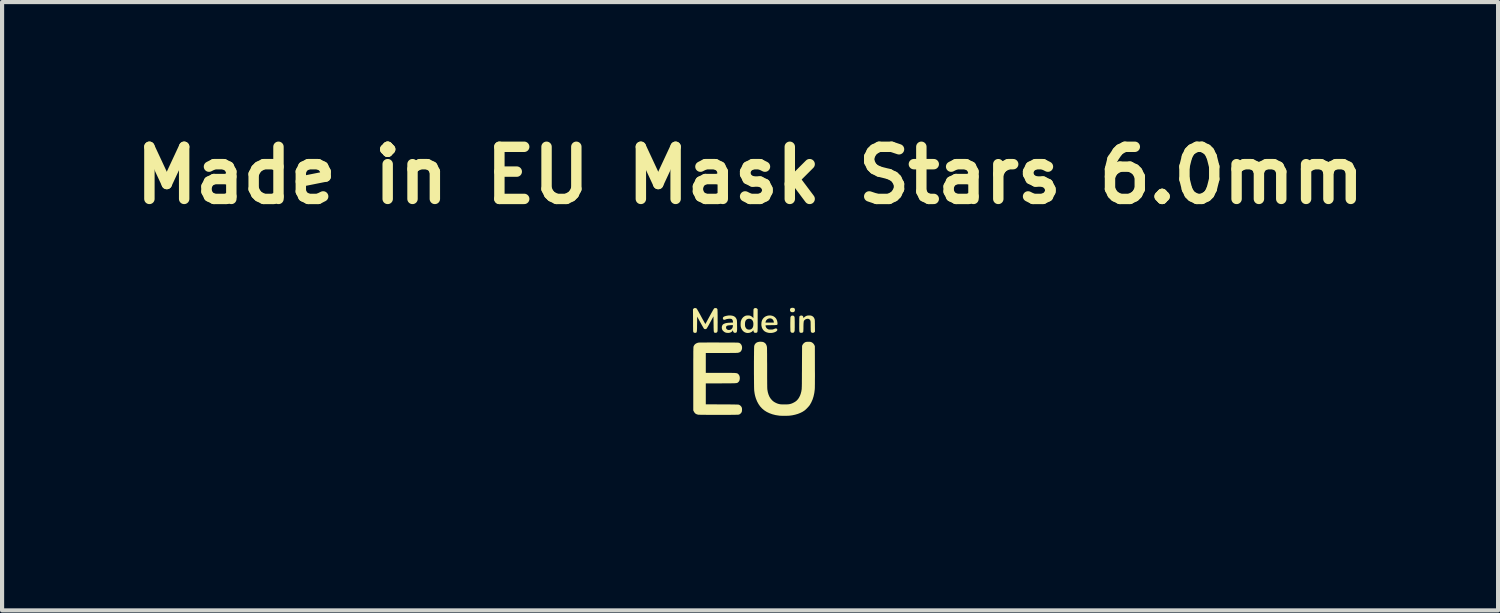
<source format=kicad_pcb>
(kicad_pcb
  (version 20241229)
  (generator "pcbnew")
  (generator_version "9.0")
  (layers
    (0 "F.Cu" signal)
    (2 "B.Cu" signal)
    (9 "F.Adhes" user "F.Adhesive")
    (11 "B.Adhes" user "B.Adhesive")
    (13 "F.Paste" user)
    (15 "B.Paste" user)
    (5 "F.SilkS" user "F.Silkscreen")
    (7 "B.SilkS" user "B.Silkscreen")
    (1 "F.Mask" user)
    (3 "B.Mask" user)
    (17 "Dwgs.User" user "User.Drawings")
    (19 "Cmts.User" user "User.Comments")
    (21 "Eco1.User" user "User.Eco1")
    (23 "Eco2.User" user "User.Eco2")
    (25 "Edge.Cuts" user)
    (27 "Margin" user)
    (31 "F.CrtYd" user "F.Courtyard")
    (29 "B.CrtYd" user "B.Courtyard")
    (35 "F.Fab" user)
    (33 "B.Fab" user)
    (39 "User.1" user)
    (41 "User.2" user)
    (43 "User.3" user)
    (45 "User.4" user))
  (footprint "Made in EU Mask Stars 6.0mm"
    (layer "F.Cu")
    (at 15.024 5.675)
    (property "Reference" "Made in EU Mask Stars 6.0mm" (at 0 -4.5 180) (layer "F.SilkS") (effects (font (size 1.256 1.256) (thickness 0.251))))
    (attr board_only exclude_from_pos_files exclude_from_bom)
    (fp_poly (pts (xy 2.205 -1.706) (xy 2.205 -1.706) (xy 2.207 -1.7) (xy 2.212 -1.687) (xy 2.218 -1.667) (xy 2.226 -1.642) (xy 2.236 -1.612) (xy 2.247 -1.579) (xy 2.258 -1.543) (xy 2.26 -1.538) (xy 2.311 -1.378) (xy 2.489 -1.375) (xy 2.667 -1.373) (xy 2.523 -1.271) (xy 2.492 -1.248) (xy 2.463 -1.227) (xy 2.437 -1.208) (xy 2.415 -1.192) (xy 2.398 -1.179) (xy 2.386 -1.171) (xy 2.381 -1.166) (xy 2.38 -1.166) (xy 2.382 -1.161) (xy 2.386 -1.149) (xy 2.392 -1.13) (xy 2.399 -1.106) (xy 2.409 -1.076) (xy 2.419 -1.043) (xy 2.431 -1.007) (xy 2.433 -1) (xy 2.445 -0.964) (xy 2.456 -0.93) (xy 2.465 -0.9) (xy 2.473 -0.875) (xy 2.479 -0.855) (xy 2.483 -0.842) (xy 2.485 -0.836) (xy 2.485 -0.836) (xy 2.481 -0.838) (xy 2.471 -0.845) (xy 2.455 -0.856) (xy 2.435 -0.871) (xy 2.41 -0.889) (xy 2.382 -0.909) (xy 2.351 -0.931) (xy 2.343 -0.937) (xy 2.203 -1.039) (xy 2.07 -0.941) (xy 2.033 -0.914) (xy 2.002 -0.892) (xy 1.978 -0.874) (xy 1.959 -0.861) (xy 1.944 -0.851) (xy 1.934 -0.844) (xy 1.927 -0.84) (xy 1.923 -0.838) (xy 1.921 -0.838) (xy 1.921 -0.839) (xy 1.922 -0.842) (xy 1.922 -0.843) (xy 1.937 -0.886) (xy 1.951 -0.93) (xy 1.964 -0.972) (xy 1.977 -1.012) (xy 1.989 -1.05) (xy 1.999 -1.084) (xy 2.008 -1.113) (xy 2.015 -1.137) (xy 2.02 -1.155) (xy 2.023 -1.167) (xy 2.024 -1.17) (xy 2.019 -1.173) (xy 2.008 -1.181) (xy 1.992 -1.192) (xy 1.971 -1.208) (xy 1.946 -1.226) (xy 1.917 -1.246) (xy 1.886 -1.268) (xy 1.88 -1.273) (xy 1.74 -1.373) (xy 1.917 -1.374) (xy 2.094 -1.376) (xy 2.132 -1.495) (xy 2.148 -1.544) (xy 2.161 -1.585) (xy 2.172 -1.618) (xy 2.181 -1.646) (xy 2.188 -1.667) (xy 2.194 -1.683) (xy 2.198 -1.694) (xy 2.201 -1.702) (xy 2.203 -1.706) (xy 2.204 -1.707)) (stroke (width 0) (type solid)) (fill yes) (layer "F.Mask"))
    (fp_poly (pts (xy 0.006 2.114) (xy 0.01 2.127) (xy 0.016 2.147) (xy 0.024 2.172) (xy 0.034 2.202) (xy 0.045 2.235) (xy 0.056 2.272) (xy 0.058 2.278) (xy 0.11 2.441) (xy 0.286 2.443) (xy 0.462 2.445) (xy 0.33 2.539) (xy 0.3 2.561) (xy 0.271 2.582) (xy 0.245 2.601) (xy 0.223 2.617) (xy 0.206 2.629) (xy 0.194 2.638) (xy 0.189 2.642) (xy 0.178 2.65) (xy 0.23 2.811) (xy 0.242 2.848) (xy 0.253 2.881) (xy 0.262 2.912) (xy 0.271 2.937) (xy 0.277 2.958) (xy 0.282 2.972) (xy 0.284 2.978) (xy 0.284 2.978) (xy 0.284 2.982) (xy 0.28 2.98) (xy 0.274 2.975) (xy 0.262 2.966) (xy 0.245 2.954) (xy 0.223 2.938) (xy 0.199 2.921) (xy 0.173 2.902) (xy 0.146 2.882) (xy 0.118 2.862) (xy 0.092 2.843) (xy 0.067 2.825) (xy 0.045 2.809) (xy 0.027 2.796) (xy 0.014 2.787) (xy 0.007 2.782) (xy 0.006 2.781) (xy 0.002 2.783) (xy -0.009 2.789) (xy -0.025 2.8) (xy -0.045 2.814) (xy -0.069 2.83) (xy -0.095 2.849) (xy -0.123 2.868) (xy -0.152 2.889) (xy -0.18 2.909) (xy -0.208 2.929) (xy -0.233 2.947) (xy -0.255 2.964) (xy -0.273 2.977) (xy -0.277 2.98) (xy -0.281 2.983) (xy -0.281 2.979) (xy -0.281 2.979) (xy -0.279 2.973) (xy -0.274 2.96) (xy -0.268 2.94) (xy -0.26 2.916) (xy -0.251 2.888) (xy -0.241 2.858) (xy -0.231 2.826) (xy -0.221 2.794) (xy -0.211 2.763) (xy -0.202 2.734) (xy -0.194 2.709) (xy -0.187 2.689) (xy -0.183 2.674) (xy -0.181 2.667) (xy -0.175 2.649) (xy -0.318 2.546) (xy -0.461 2.443) (xy -0.284 2.443) (xy -0.108 2.443) (xy -0.076 2.343) (xy -0.065 2.31) (xy -0.053 2.273) (xy -0.042 2.237) (xy -0.031 2.204) (xy -0.022 2.176) (xy -0.021 2.173) (xy -0.014 2.15) (xy -0.007 2.131) (xy -0.001 2.117) (xy 0.002 2.109) (xy 0.004 2.108)) (stroke (width 0) (type solid)) (fill yes) (layer "F.Mask"))
    (fp_poly (pts (xy -1.233 -2.528) (xy -1.222 -2.494) (xy -1.211 -2.459) (xy -1.2 -2.426) (xy -1.19 -2.396) (xy -1.183 -2.372) (xy -1.178 -2.359) (xy -1.16 -2.304) (xy -0.983 -2.303) (xy -0.806 -2.302) (xy -0.933 -2.211) (xy -0.964 -2.189) (xy -0.993 -2.168) (xy -1.019 -2.149) (xy -1.041 -2.133) (xy -1.059 -2.12) (xy -1.072 -2.111) (xy -1.077 -2.107) (xy -1.093 -2.095) (xy -1.04 -1.931) (xy -1.028 -1.894) (xy -1.018 -1.86) (xy -1.008 -1.83) (xy -1 -1.805) (xy -0.994 -1.785) (xy -0.99 -1.771) (xy -0.989 -1.765) (xy -0.989 -1.765) (xy -0.993 -1.767) (xy -1.003 -1.774) (xy -1.019 -1.785) (xy -1.039 -1.8) (xy -1.064 -1.818) (xy -1.092 -1.838) (xy -1.122 -1.86) (xy -1.126 -1.862) (xy -1.156 -1.885) (xy -1.185 -1.906) (xy -1.21 -1.924) (xy -1.232 -1.94) (xy -1.249 -1.952) (xy -1.261 -1.96) (xy -1.266 -1.963) (xy -1.266 -1.963) (xy -1.271 -1.961) (xy -1.282 -1.955) (xy -1.299 -1.944) (xy -1.32 -1.929) (xy -1.346 -1.911) (xy -1.374 -1.891) (xy -1.405 -1.869) (xy -1.41 -1.865) (xy -1.441 -1.842) (xy -1.47 -1.822) (xy -1.495 -1.803) (xy -1.517 -1.788) (xy -1.534 -1.776) (xy -1.545 -1.768) (xy -1.55 -1.764) (xy -1.551 -1.764) (xy -1.55 -1.768) (xy -1.546 -1.78) (xy -1.541 -1.798) (xy -1.534 -1.822) (xy -1.524 -1.851) (xy -1.514 -1.884) (xy -1.503 -1.92) (xy -1.5 -1.928) (xy -1.488 -1.965) (xy -1.477 -1.998) (xy -1.468 -2.029) (xy -1.459 -2.054) (xy -1.453 -2.074) (xy -1.449 -2.088) (xy -1.447 -2.094) (xy -1.447 -2.094) (xy -1.45 -2.097) (xy -1.46 -2.105) (xy -1.476 -2.117) (xy -1.497 -2.132) (xy -1.522 -2.15) (xy -1.55 -2.17) (xy -1.581 -2.193) (xy -1.59 -2.199) (xy -1.734 -2.302) (xy -1.556 -2.303) (xy -1.378 -2.305) (xy -1.336 -2.437) (xy -1.325 -2.472) (xy -1.314 -2.506) (xy -1.304 -2.537) (xy -1.295 -2.565) (xy -1.288 -2.587) (xy -1.283 -2.603) (xy -1.281 -2.606) (xy -1.27 -2.642)) (stroke (width 0) (type solid)) (fill yes) (layer "F.Mask"))
    (fp_poly (pts (xy -1.267 1.775) (xy -1.263 1.786) (xy -1.256 1.804) (xy -1.248 1.828) (xy -1.238 1.856) (xy -1.228 1.889) (xy -1.216 1.925) (xy -1.213 1.936) (xy -1.159 2.103) (xy -0.982 2.104) (xy -0.805 2.106) (xy -0.947 2.208) (xy -0.979 2.23) (xy -1.008 2.251) (xy -1.034 2.27) (xy -1.055 2.286) (xy -1.072 2.299) (xy -1.084 2.308) (xy -1.089 2.313) (xy -1.09 2.313) (xy -1.088 2.318) (xy -1.085 2.33) (xy -1.079 2.349) (xy -1.071 2.374) (xy -1.062 2.403) (xy -1.051 2.436) (xy -1.04 2.472) (xy -1.038 2.476) (xy -1.027 2.512) (xy -1.016 2.546) (xy -1.007 2.576) (xy -0.999 2.601) (xy -0.993 2.621) (xy -0.989 2.634) (xy -0.988 2.64) (xy -0.988 2.64) (xy -0.992 2.639) (xy -1.001 2.633) (xy -1.015 2.624) (xy -1.027 2.615) (xy -1.041 2.605) (xy -1.061 2.59) (xy -1.085 2.573) (xy -1.112 2.553) (xy -1.141 2.532) (xy -1.166 2.513) (xy -1.267 2.439) (xy -1.39 2.528) (xy -1.419 2.55) (xy -1.448 2.571) (xy -1.474 2.59) (xy -1.496 2.606) (xy -1.514 2.619) (xy -1.527 2.628) (xy -1.531 2.631) (xy -1.542 2.639) (xy -1.548 2.642) (xy -1.549 2.64) (xy -1.547 2.634) (xy -1.545 2.628) (xy -1.541 2.614) (xy -1.534 2.593) (xy -1.526 2.567) (xy -1.516 2.537) (xy -1.506 2.503) (xy -1.495 2.471) (xy -1.484 2.435) (xy -1.474 2.402) (xy -1.465 2.373) (xy -1.457 2.349) (xy -1.452 2.329) (xy -1.449 2.317) (xy -1.448 2.312) (xy -1.452 2.308) (xy -1.463 2.3) (xy -1.479 2.288) (xy -1.5 2.272) (xy -1.525 2.253) (xy -1.553 2.233) (xy -1.584 2.21) (xy -1.59 2.206) (xy -1.73 2.106) (xy -1.553 2.104) (xy -1.376 2.103) (xy -1.367 2.075) (xy -1.358 2.047) (xy -1.349 2.016) (xy -1.338 1.983) (xy -1.327 1.949) (xy -1.316 1.915) (xy -1.306 1.882) (xy -1.296 1.851) (xy -1.287 1.824) (xy -1.279 1.802) (xy -1.274 1.785) (xy -1.27 1.775) (xy -1.269 1.772)) (stroke (width 0) (type solid)) (fill yes) (layer "F.Mask"))
    (fp_poly (pts (xy 1.273 1.772) (xy 1.275 1.777) (xy 1.277 1.785) (xy 1.281 1.797) (xy 1.287 1.813) (xy 1.294 1.835) (xy 1.303 1.862) (xy 1.314 1.897) (xy 1.327 1.938) (xy 1.343 1.987) (xy 1.346 1.997) (xy 1.38 2.103) (xy 1.557 2.104) (xy 1.734 2.106) (xy 1.594 2.206) (xy 1.563 2.229) (xy 1.534 2.249) (xy 1.508 2.268) (xy 1.486 2.284) (xy 1.469 2.296) (xy 1.457 2.305) (xy 1.451 2.309) (xy 1.451 2.309) (xy 1.451 2.314) (xy 1.455 2.326) (xy 1.46 2.345) (xy 1.467 2.369) (xy 1.476 2.398) (xy 1.486 2.431) (xy 1.498 2.467) (xy 1.501 2.476) (xy 1.512 2.513) (xy 1.523 2.546) (xy 1.533 2.577) (xy 1.541 2.602) (xy 1.547 2.622) (xy 1.551 2.636) (xy 1.553 2.642) (xy 1.553 2.642) (xy 1.549 2.64) (xy 1.539 2.633) (xy 1.523 2.622) (xy 1.502 2.607) (xy 1.477 2.589) (xy 1.449 2.569) (xy 1.419 2.547) (xy 1.411 2.541) (xy 1.271 2.439) (xy 1.249 2.456) (xy 1.219 2.478) (xy 1.188 2.501) (xy 1.156 2.524) (xy 1.125 2.546) (xy 1.095 2.568) (xy 1.067 2.588) (xy 1.043 2.606) (xy 1.021 2.621) (xy 1.005 2.633) (xy 0.994 2.641) (xy 0.989 2.644) (xy 0.989 2.644) (xy 0.988 2.641) (xy 0.988 2.64) (xy 0.99 2.636) (xy 0.994 2.624) (xy 1 2.605) (xy 1.008 2.582) (xy 1.017 2.554) (xy 1.027 2.524) (xy 1.037 2.492) (xy 1.047 2.46) (xy 1.057 2.428) (xy 1.067 2.398) (xy 1.076 2.371) (xy 1.083 2.347) (xy 1.089 2.329) (xy 1.093 2.317) (xy 1.094 2.312) (xy 1.094 2.312) (xy 1.091 2.309) (xy 1.081 2.302) (xy 1.065 2.29) (xy 1.044 2.275) (xy 1.02 2.257) (xy 0.991 2.237) (xy 0.961 2.215) (xy 0.952 2.208) (xy 0.809 2.106) (xy 0.986 2.103) (xy 1.163 2.101) (xy 1.216 1.935) (xy 1.228 1.898) (xy 1.239 1.865) (xy 1.249 1.835) (xy 1.258 1.809) (xy 1.264 1.79) (xy 1.269 1.777) (xy 1.272 1.771) (xy 1.272 1.771)) (stroke (width 0) (type solid)) (fill yes) (layer "F.Mask"))
    (fp_poly (pts (xy 0.005 -2.976) (xy 0.009 -2.963) (xy 0.015 -2.944) (xy 0.023 -2.919) (xy 0.032 -2.889) (xy 0.043 -2.856) (xy 0.055 -2.82) (xy 0.057 -2.811) (xy 0.11 -2.646) (xy 0.286 -2.644) (xy 0.462 -2.642) (xy 0.32 -2.54) (xy 0.289 -2.517) (xy 0.26 -2.496) (xy 0.235 -2.478) (xy 0.213 -2.462) (xy 0.196 -2.449) (xy 0.184 -2.44) (xy 0.179 -2.436) (xy 0.179 -2.436) (xy 0.18 -2.431) (xy 0.184 -2.42) (xy 0.189 -2.402) (xy 0.197 -2.378) (xy 0.205 -2.351) (xy 0.215 -2.321) (xy 0.225 -2.29) (xy 0.235 -2.257) (xy 0.246 -2.225) (xy 0.255 -2.195) (xy 0.264 -2.168) (xy 0.272 -2.145) (xy 0.278 -2.126) (xy 0.281 -2.116) (xy 0.283 -2.112) (xy 0.284 -2.109) (xy 0.284 -2.107) (xy 0.282 -2.107) (xy 0.279 -2.108) (xy 0.272 -2.112) (xy 0.262 -2.12) (xy 0.247 -2.13) (xy 0.228 -2.144) (xy 0.202 -2.162) (xy 0.171 -2.185) (xy 0.152 -2.199) (xy 0.122 -2.221) (xy 0.094 -2.241) (xy 0.069 -2.26) (xy 0.047 -2.275) (xy 0.03 -2.288) (xy 0.019 -2.296) (xy 0.015 -2.299) (xy 0.001 -2.309) (xy -0.119 -2.221) (xy -0.149 -2.199) (xy -0.177 -2.179) (xy -0.203 -2.16) (xy -0.226 -2.143) (xy -0.244 -2.13) (xy -0.256 -2.121) (xy -0.261 -2.118) (xy -0.273 -2.109) (xy -0.279 -2.106) (xy -0.28 -2.107) (xy -0.279 -2.112) (xy -0.279 -2.113) (xy -0.277 -2.119) (xy -0.273 -2.133) (xy -0.266 -2.152) (xy -0.258 -2.177) (xy -0.249 -2.205) (xy -0.24 -2.236) (xy -0.229 -2.268) (xy -0.219 -2.3) (xy -0.209 -2.332) (xy -0.199 -2.361) (xy -0.191 -2.386) (xy -0.184 -2.408) (xy -0.18 -2.423) (xy -0.177 -2.431) (xy -0.177 -2.432) (xy -0.18 -2.436) (xy -0.189 -2.444) (xy -0.205 -2.456) (xy -0.225 -2.472) (xy -0.25 -2.49) (xy -0.278 -2.511) (xy -0.308 -2.533) (xy -0.317 -2.539) (xy -0.459 -2.642) (xy -0.283 -2.643) (xy -0.108 -2.644) (xy -0.076 -2.743) (xy -0.065 -2.777) (xy -0.053 -2.813) (xy -0.042 -2.849) (xy -0.031 -2.883) (xy -0.022 -2.91) (xy -0.021 -2.914) (xy -0.014 -2.937) (xy -0.007 -2.956) (xy -0.002 -2.971) (xy 0.002 -2.979) (xy 0.003 -2.981)) (stroke (width 0) (type solid)) (fill yes) (layer "F.Mask"))
    (fp_poly (pts (xy 2.204 0.841) (xy 2.208 0.852) (xy 2.215 0.87) (xy 2.223 0.894) (xy 2.232 0.923) (xy 2.243 0.955) (xy 2.255 0.991) (xy 2.258 1.002) (xy 2.311 1.168) (xy 2.49 1.17) (xy 2.668 1.172) (xy 2.528 1.273) (xy 2.497 1.295) (xy 2.468 1.316) (xy 2.441 1.335) (xy 2.419 1.351) (xy 2.402 1.363) (xy 2.39 1.372) (xy 2.384 1.376) (xy 2.384 1.376) (xy 2.384 1.381) (xy 2.387 1.393) (xy 2.392 1.413) (xy 2.4 1.439) (xy 2.409 1.47) (xy 2.421 1.506) (xy 2.433 1.546) (xy 2.445 1.582) (xy 2.456 1.616) (xy 2.465 1.647) (xy 2.474 1.672) (xy 2.48 1.693) (xy 2.484 1.706) (xy 2.486 1.713) (xy 2.486 1.713) (xy 2.482 1.711) (xy 2.472 1.704) (xy 2.457 1.692) (xy 2.436 1.677) (xy 2.411 1.659) (xy 2.383 1.639) (xy 2.353 1.617) (xy 2.345 1.611) (xy 2.309 1.585) (xy 2.28 1.564) (xy 2.257 1.547) (xy 2.238 1.534) (xy 2.224 1.525) (xy 2.214 1.518) (xy 2.207 1.515) (xy 2.201 1.513) (xy 2.198 1.513) (xy 2.195 1.514) (xy 2.19 1.518) (xy 2.178 1.526) (xy 2.16 1.539) (xy 2.138 1.555) (xy 2.113 1.574) (xy 2.084 1.594) (xy 2.055 1.616) (xy 2.025 1.637) (xy 1.997 1.657) (xy 1.973 1.675) (xy 1.952 1.69) (xy 1.937 1.701) (xy 1.926 1.707) (xy 1.923 1.71) (xy 1.923 1.705) (xy 1.927 1.693) (xy 1.933 1.674) (xy 1.94 1.65) (xy 1.949 1.621) (xy 1.96 1.588) (xy 1.971 1.552) (xy 1.974 1.545) (xy 1.985 1.509) (xy 1.996 1.475) (xy 2.006 1.445) (xy 2.014 1.419) (xy 2.02 1.399) (xy 2.023 1.386) (xy 2.025 1.38) (xy 2.025 1.379) (xy 2.021 1.376) (xy 2.011 1.368) (xy 1.996 1.358) (xy 1.979 1.345) (xy 1.971 1.339) (xy 1.951 1.325) (xy 1.926 1.307) (xy 1.898 1.287) (xy 1.869 1.265) (xy 1.839 1.244) (xy 1.829 1.237) (xy 1.739 1.172) (xy 1.917 1.17) (xy 2.096 1.168) (xy 2.148 1.003) (xy 2.16 0.967) (xy 2.171 0.933) (xy 2.181 0.903) (xy 2.189 0.877) (xy 2.196 0.857) (xy 2.2 0.844) (xy 2.202 0.837) (xy 2.203 0.837)) (stroke (width 0) (type solid)) (fill yes) (layer "F.Mask"))
    (fp_poly (pts (xy -2.198 0.84) (xy -2.196 0.845) (xy -2.192 0.858) (xy -2.185 0.878) (xy -2.177 0.903) (xy -2.167 0.933) (xy -2.157 0.967) (xy -2.145 1.003) (xy -2.144 1.007) (xy -2.092 1.168) (xy -1.914 1.17) (xy -1.735 1.172) (xy -1.878 1.275) (xy -1.909 1.297) (xy -1.939 1.318) (xy -1.965 1.337) (xy -1.987 1.353) (xy -2.004 1.365) (xy -2.016 1.374) (xy -2.022 1.378) (xy -2.022 1.378) (xy -2.021 1.382) (xy -2.018 1.394) (xy -2.012 1.413) (xy -2.004 1.437) (xy -1.995 1.466) (xy -1.985 1.499) (xy -1.973 1.535) (xy -1.97 1.546) (xy -1.958 1.582) (xy -1.947 1.616) (xy -1.938 1.647) (xy -1.929 1.672) (xy -1.923 1.692) (xy -1.919 1.706) (xy -1.917 1.713) (xy -1.917 1.713) (xy -1.921 1.71) (xy -1.931 1.703) (xy -1.947 1.692) (xy -1.967 1.677) (xy -1.992 1.659) (xy -2.019 1.639) (xy -2.05 1.617) (xy -2.054 1.613) (xy -2.085 1.591) (xy -2.114 1.57) (xy -2.139 1.551) (xy -2.161 1.535) (xy -2.178 1.523) (xy -2.19 1.515) (xy -2.196 1.511) (xy -2.196 1.511) (xy -2.201 1.513) (xy -2.212 1.52) (xy -2.228 1.531) (xy -2.25 1.545) (xy -2.275 1.563) (xy -2.304 1.583) (xy -2.334 1.606) (xy -2.342 1.612) (xy -2.373 1.634) (xy -2.402 1.655) (xy -2.427 1.674) (xy -2.449 1.689) (xy -2.466 1.701) (xy -2.477 1.709) (xy -2.483 1.713) (xy -2.483 1.713) (xy -2.482 1.709) (xy -2.478 1.697) (xy -2.472 1.678) (xy -2.464 1.654) (xy -2.455 1.625) (xy -2.444 1.592) (xy -2.433 1.556) (xy -2.43 1.547) (xy -2.418 1.51) (xy -2.407 1.476) (xy -2.398 1.446) (xy -2.39 1.42) (xy -2.384 1.4) (xy -2.38 1.386) (xy -2.379 1.379) (xy -2.379 1.379) (xy -2.383 1.376) (xy -2.393 1.368) (xy -2.409 1.356) (xy -2.43 1.341) (xy -2.455 1.323) (xy -2.483 1.302) (xy -2.514 1.28) (xy -2.522 1.274) (xy -2.664 1.172) (xy -2.485 1.17) (xy -2.307 1.168) (xy -2.272 1.058) (xy -2.261 1.025) (xy -2.25 0.99) (xy -2.24 0.956) (xy -2.23 0.926) (xy -2.222 0.901) (xy -2.219 0.891) (xy -2.212 0.87) (xy -2.206 0.854) (xy -2.201 0.843) (xy -2.198 0.839)) (stroke (width 0) (type solid)) (fill yes) (layer "F.Mask"))
    (fp_poly (pts (xy 1.279 -2.629) (xy 1.283 -2.616) (xy 1.289 -2.596) (xy 1.298 -2.571) (xy 1.307 -2.541) (xy 1.318 -2.508) (xy 1.33 -2.472) (xy 1.331 -2.467) (xy 1.383 -2.307) (xy 1.561 -2.304) (xy 1.739 -2.302) (xy 1.596 -2.2) (xy 1.565 -2.177) (xy 1.536 -2.156) (xy 1.51 -2.138) (xy 1.488 -2.122) (xy 1.47 -2.109) (xy 1.458 -2.101) (xy 1.453 -2.097) (xy 1.452 -2.097) (xy 1.453 -2.092) (xy 1.457 -2.08) (xy 1.463 -2.062) (xy 1.47 -2.038) (xy 1.479 -2.008) (xy 1.49 -1.976) (xy 1.501 -1.94) (xy 1.504 -1.931) (xy 1.516 -1.894) (xy 1.527 -1.861) (xy 1.536 -1.83) (xy 1.544 -1.805) (xy 1.55 -1.785) (xy 1.554 -1.771) (xy 1.556 -1.765) (xy 1.556 -1.765) (xy 1.552 -1.767) (xy 1.542 -1.774) (xy 1.526 -1.785) (xy 1.506 -1.8) (xy 1.481 -1.817) (xy 1.453 -1.837) (xy 1.423 -1.86) (xy 1.418 -1.863) (xy 1.387 -1.885) (xy 1.359 -1.906) (xy 1.333 -1.924) (xy 1.311 -1.94) (xy 1.293 -1.952) (xy 1.281 -1.96) (xy 1.276 -1.963) (xy 1.275 -1.963) (xy 1.27 -1.96) (xy 1.259 -1.953) (xy 1.242 -1.941) (xy 1.221 -1.926) (xy 1.195 -1.909) (xy 1.167 -1.888) (xy 1.136 -1.866) (xy 1.133 -1.863) (xy 1.102 -1.841) (xy 1.074 -1.82) (xy 1.048 -1.802) (xy 1.027 -1.787) (xy 1.01 -1.775) (xy 0.999 -1.767) (xy 0.994 -1.764) (xy 0.994 -1.764) (xy 0.994 -1.768) (xy 0.996 -1.776) (xy 1.002 -1.795) (xy 1.01 -1.818) (xy 1.019 -1.846) (xy 1.028 -1.876) (xy 1.039 -1.908) (xy 1.049 -1.941) (xy 1.059 -1.974) (xy 1.069 -2.004) (xy 1.078 -2.032) (xy 1.086 -2.057) (xy 1.092 -2.076) (xy 1.096 -2.09) (xy 1.098 -2.096) (xy 1.098 -2.097) (xy 1.094 -2.099) (xy 1.084 -2.107) (xy 1.068 -2.118) (xy 1.047 -2.133) (xy 1.022 -2.151) (xy 0.994 -2.171) (xy 0.963 -2.193) (xy 0.954 -2.2) (xy 0.812 -2.302) (xy 0.99 -2.304) (xy 1.167 -2.307) (xy 1.199 -2.405) (xy 1.21 -2.438) (xy 1.221 -2.474) (xy 1.232 -2.51) (xy 1.243 -2.542) (xy 1.251 -2.569) (xy 1.252 -2.572) (xy 1.26 -2.595) (xy 1.266 -2.613) (xy 1.272 -2.627) (xy 1.276 -2.634) (xy 1.277 -2.635)) (stroke (width 0) (type solid)) (fill yes) (layer "F.Mask"))
    (fp_poly (pts (xy -2.197 -1.7) (xy -2.193 -1.688) (xy -2.187 -1.669) (xy -2.178 -1.645) (xy -2.169 -1.615) (xy -2.158 -1.582) (xy -2.147 -1.546) (xy -2.144 -1.538) (xy -2.091 -1.373) (xy -1.914 -1.371) (xy -1.738 -1.369) (xy -1.88 -1.266) (xy -1.917 -1.24) (xy -1.947 -1.219) (xy -1.97 -1.201) (xy -1.988 -1.187) (xy -2.002 -1.177) (xy -2.011 -1.169) (xy -2.017 -1.163) (xy -2.02 -1.158) (xy -2.02 -1.155) (xy -2.02 -1.155) (xy -2.018 -1.148) (xy -2.014 -1.134) (xy -2.007 -1.114) (xy -1.999 -1.089) (xy -1.99 -1.06) (xy -1.98 -1.03) (xy -1.97 -0.998) (xy -1.96 -0.966) (xy -1.95 -0.935) (xy -1.94 -0.906) (xy -1.932 -0.88) (xy -1.926 -0.86) (xy -1.921 -0.845) (xy -1.918 -0.837) (xy -1.918 -0.836) (xy -1.919 -0.832) (xy -1.921 -0.833) (xy -1.926 -0.837) (xy -1.937 -0.844) (xy -1.952 -0.856) (xy -1.973 -0.87) (xy -1.996 -0.887) (xy -2.022 -0.906) (xy -2.049 -0.925) (xy -2.076 -0.945) (xy -2.103 -0.965) (xy -2.128 -0.983) (xy -2.151 -1) (xy -2.17 -1.013) (xy -2.184 -1.024) (xy -2.193 -1.03) (xy -2.195 -1.032) (xy -2.199 -1.03) (xy -2.21 -1.024) (xy -2.227 -1.013) (xy -2.249 -0.998) (xy -2.275 -0.98) (xy -2.304 -0.959) (xy -2.336 -0.936) (xy -2.34 -0.933) (xy -2.371 -0.91) (xy -2.4 -0.889) (xy -2.425 -0.871) (xy -2.447 -0.855) (xy -2.465 -0.843) (xy -2.476 -0.835) (xy -2.482 -0.831) (xy -2.482 -0.831) (xy -2.482 -0.834) (xy -2.481 -0.837) (xy -2.479 -0.843) (xy -2.475 -0.856) (xy -2.469 -0.876) (xy -2.46 -0.901) (xy -2.451 -0.931) (xy -2.44 -0.964) (xy -2.429 -0.999) (xy -2.417 -1.035) (xy -2.407 -1.068) (xy -2.397 -1.097) (xy -2.389 -1.122) (xy -2.383 -1.141) (xy -2.379 -1.154) (xy -2.377 -1.159) (xy -2.38 -1.162) (xy -2.39 -1.171) (xy -2.406 -1.183) (xy -2.426 -1.198) (xy -2.451 -1.217) (xy -2.479 -1.237) (xy -2.509 -1.259) (xy -2.519 -1.266) (xy -2.662 -1.369) (xy -2.485 -1.371) (xy -2.308 -1.373) (xy -2.286 -1.44) (xy -2.278 -1.465) (xy -2.268 -1.496) (xy -2.257 -1.531) (xy -2.246 -1.567) (xy -2.235 -1.601) (xy -2.233 -1.607) (xy -2.224 -1.635) (xy -2.216 -1.66) (xy -2.209 -1.68) (xy -2.203 -1.695) (xy -2.2 -1.703) (xy -2.199 -1.705)) (stroke (width 0) (type solid)) (fill yes) (layer "F.Mask"))
    (fp_poly (pts (xy -2.54 -0.431) (xy -2.535 -0.419) (xy -2.529 -0.402) (xy -2.521 -0.378) (xy -2.511 -0.349) (xy -2.501 -0.317) (xy -2.489 -0.281) (xy -2.486 -0.27) (xy -2.432 -0.103) (xy -2.256 -0.103) (xy -2.209 -0.103) (xy -2.169 -0.102) (xy -2.136 -0.102) (xy -2.11 -0.101) (xy -2.093 -0.1) (xy -2.084 -0.099) (xy -2.083 -0.098) (xy -2.087 -0.095) (xy -2.098 -0.087) (xy -2.114 -0.075) (xy -2.135 -0.059) (xy -2.16 -0.041) (xy -2.189 -0.02) (xy -2.219 0.002) (xy -2.224 0.005) (xy -2.255 0.027) (xy -2.284 0.048) (xy -2.309 0.067) (xy -2.33 0.083) (xy -2.347 0.095) (xy -2.358 0.104) (xy -2.362 0.108) (xy -2.362 0.109) (xy -2.361 0.114) (xy -2.357 0.126) (xy -2.351 0.145) (xy -2.344 0.17) (xy -2.334 0.2) (xy -2.324 0.233) (xy -2.312 0.269) (xy -2.311 0.273) (xy -2.299 0.309) (xy -2.289 0.343) (xy -2.279 0.372) (xy -2.272 0.397) (xy -2.266 0.417) (xy -2.262 0.43) (xy -2.261 0.436) (xy -2.261 0.436) (xy -2.265 0.434) (xy -2.275 0.427) (xy -2.291 0.416) (xy -2.311 0.401) (xy -2.336 0.383) (xy -2.364 0.363) (xy -2.395 0.341) (xy -2.4 0.337) (xy -2.434 0.312) (xy -2.465 0.29) (xy -2.492 0.271) (xy -2.514 0.257) (xy -2.53 0.246) (xy -2.54 0.24) (xy -2.544 0.239) (xy -2.549 0.242) (xy -2.56 0.25) (xy -2.577 0.261) (xy -2.599 0.277) (xy -2.624 0.295) (xy -2.652 0.315) (xy -2.681 0.336) (xy -2.716 0.362) (xy -2.746 0.383) (xy -2.769 0.4) (xy -2.787 0.413) (xy -2.8 0.423) (xy -2.81 0.43) (xy -2.816 0.434) (xy -2.82 0.436) (xy -2.822 0.437) (xy -2.822 0.436) (xy -2.822 0.435) (xy -2.821 0.431) (xy -2.817 0.418) (xy -2.811 0.399) (xy -2.804 0.375) (xy -2.794 0.346) (xy -2.784 0.313) (xy -2.772 0.277) (xy -2.771 0.274) (xy -2.759 0.238) (xy -2.749 0.204) (xy -2.739 0.174) (xy -2.731 0.149) (xy -2.725 0.129) (xy -2.721 0.116) (xy -2.72 0.11) (xy -2.72 0.11) (xy -2.723 0.106) (xy -2.733 0.097) (xy -2.749 0.085) (xy -2.77 0.07) (xy -2.794 0.051) (xy -2.822 0.03) (xy -2.853 0.008) (xy -2.858 0.005) (xy -2.889 -0.018) (xy -2.918 -0.039) (xy -2.944 -0.057) (xy -2.965 -0.073) (xy -2.982 -0.086) (xy -2.994 -0.094) (xy -2.999 -0.099) (xy -2.999 -0.099) (xy -2.995 -0.1) (xy -2.984 -0.101) (xy -2.965 -0.101) (xy -2.939 -0.102) (xy -2.909 -0.102) (xy -2.874 -0.103) (xy -2.836 -0.103) (xy -2.825 -0.103) (xy -2.649 -0.103) (xy -2.64 -0.131) (xy -2.63 -0.161) (xy -2.62 -0.194) (xy -2.609 -0.228) (xy -2.598 -0.263) (xy -2.587 -0.298) (xy -2.576 -0.33) (xy -2.567 -0.36) (xy -2.558 -0.387) (xy -2.551 -0.408) (xy -2.546 -0.424) (xy -2.542 -0.433) (xy -2.542 -0.434)) (stroke (width 0) (type solid)) (fill yes) (layer "F.Mask"))
    (fp_poly (pts (xy 2.543 -0.434) (xy 2.547 -0.422) (xy 2.553 -0.405) (xy 2.56 -0.384) (xy 2.569 -0.359) (xy 2.569 -0.358) (xy 2.579 -0.327) (xy 2.591 -0.29) (xy 2.603 -0.251) (xy 2.615 -0.215) (xy 2.621 -0.193) (xy 2.649 -0.107) (xy 2.825 -0.107) (xy 2.864 -0.107) (xy 2.899 -0.107) (xy 2.931 -0.106) (xy 2.958 -0.106) (xy 2.979 -0.105) (xy 2.994 -0.105) (xy 3 -0.104) (xy 3.001 -0.104) (xy 2.997 -0.101) (xy 2.987 -0.093) (xy 2.971 -0.081) (xy 2.951 -0.066) (xy 2.926 -0.047) (xy 2.898 -0.027) (xy 2.867 -0.005) (xy 2.86 -0.000065) (xy 2.829 0.022) (xy 2.8 0.043) (xy 2.775 0.062) (xy 2.753 0.079) (xy 2.736 0.092) (xy 2.725 0.101) (xy 2.72 0.105) (xy 2.72 0.106) (xy 2.721 0.111) (xy 2.725 0.124) (xy 2.731 0.143) (xy 2.739 0.169) (xy 2.748 0.198) (xy 2.758 0.231) (xy 2.77 0.267) (xy 2.771 0.271) (xy 2.783 0.307) (xy 2.793 0.34) (xy 2.802 0.369) (xy 2.81 0.394) (xy 2.816 0.414) (xy 2.819 0.426) (xy 2.821 0.432) (xy 2.821 0.432) (xy 2.817 0.43) (xy 2.806 0.423) (xy 2.791 0.412) (xy 2.77 0.397) (xy 2.745 0.38) (xy 2.717 0.359) (xy 2.687 0.337) (xy 2.684 0.335) (xy 2.653 0.312) (xy 2.625 0.292) (xy 2.599 0.273) (xy 2.577 0.258) (xy 2.56 0.245) (xy 2.549 0.237) (xy 2.544 0.234) (xy 2.543 0.234) (xy 2.539 0.236) (xy 2.528 0.243) (xy 2.511 0.254) (xy 2.49 0.268) (xy 2.465 0.286) (xy 2.437 0.306) (xy 2.411 0.325) (xy 2.374 0.352) (xy 2.343 0.375) (xy 2.319 0.393) (xy 2.3 0.406) (xy 2.285 0.417) (xy 2.274 0.424) (xy 2.267 0.429) (xy 2.263 0.431) (xy 2.261 0.432) (xy 2.26 0.431) (xy 2.26 0.431) (xy 2.261 0.426) (xy 2.265 0.414) (xy 2.271 0.395) (xy 2.278 0.37) (xy 2.288 0.341) (xy 2.298 0.308) (xy 2.31 0.272) (xy 2.311 0.269) (xy 2.323 0.232) (xy 2.333 0.199) (xy 2.343 0.169) (xy 2.351 0.144) (xy 2.357 0.124) (xy 2.361 0.111) (xy 2.362 0.105) (xy 2.362 0.105) (xy 2.359 0.101) (xy 2.349 0.093) (xy 2.333 0.081) (xy 2.312 0.066) (xy 2.288 0.048) (xy 2.259 0.027) (xy 2.229 0.005) (xy 2.222 0) (xy 2.191 -0.022) (xy 2.162 -0.043) (xy 2.136 -0.062) (xy 2.115 -0.078) (xy 2.098 -0.09) (xy 2.086 -0.099) (xy 2.081 -0.103) (xy 2.081 -0.103) (xy 2.085 -0.104) (xy 2.098 -0.104) (xy 2.117 -0.105) (xy 2.142 -0.105) (xy 2.173 -0.105) (xy 2.207 -0.104) (xy 2.245 -0.104) (xy 2.255 -0.104) (xy 2.299 -0.103) (xy 2.335 -0.103) (xy 2.363 -0.103) (xy 2.385 -0.103) (xy 2.402 -0.103) (xy 2.414 -0.103) (xy 2.422 -0.104) (xy 2.427 -0.105) (xy 2.43 -0.107) (xy 2.432 -0.109) (xy 2.433 -0.11) (xy 2.435 -0.116) (xy 2.439 -0.13) (xy 2.446 -0.15) (xy 2.454 -0.175) (xy 2.464 -0.205) (xy 2.475 -0.239) (xy 2.487 -0.275) (xy 2.487 -0.278) (xy 2.499 -0.314) (xy 2.51 -0.347) (xy 2.519 -0.376) (xy 2.528 -0.401) (xy 2.534 -0.42) (xy 2.539 -0.433) (xy 2.541 -0.438) (xy 2.541 -0.438)) (stroke (width 0) (type solid)) (fill yes) (layer "F.Mask"))
    (fp_poly (pts (xy 1.042 -1.307) (xy 1.061 -1.301) (xy 1.074 -1.289) (xy 1.08 -1.272) (xy 1.081 -1.256) (xy 1.078 -1.234) (xy 1.067 -1.217) (xy 1.054 -1.207) (xy 1.038 -1.203) (xy 1.019 -1.202) (xy 1 -1.204) (xy 0.988 -1.208) (xy 0.974 -1.218) (xy 0.965 -1.234) (xy 0.961 -1.253) (xy 0.963 -1.272) (xy 0.97 -1.289) (xy 0.976 -1.295) (xy 0.985 -1.302) (xy 0.998 -1.306) (xy 1.015 -1.308)) (stroke (width 0) (type solid)) (fill yes) (layer "F.SilkS"))
    (fp_poly (pts (xy 1.044 -1.118) (xy 1.06 -1.108) (xy 1.069 -1.091) (xy 1.072 -1.081) (xy 1.073 -1.071) (xy 1.074 -1.054) (xy 1.075 -1.03) (xy 1.075 -1.002) (xy 1.076 -0.97) (xy 1.076 -0.936) (xy 1.076 -0.902) (xy 1.076 -0.868) (xy 1.076 -0.835) (xy 1.075 -0.806) (xy 1.075 -0.782) (xy 1.074 -0.764) (xy 1.073 -0.753) (xy 1.066 -0.73) (xy 1.058 -0.719) (xy 1.049 -0.71) (xy 1.039 -0.707) (xy 1.024 -0.706) (xy 1.024 -0.706) (xy 1.004 -0.708) (xy 0.99 -0.714) (xy 0.99 -0.715) (xy 0.981 -0.725) (xy 0.974 -0.739) (xy 0.974 -0.74) (xy 0.972 -0.749) (xy 0.971 -0.766) (xy 0.971 -0.789) (xy 0.97 -0.817) (xy 0.969 -0.849) (xy 0.969 -0.883) (xy 0.969 -0.919) (xy 0.969 -0.954) (xy 0.97 -0.987) (xy 0.97 -1.018) (xy 0.971 -1.045) (xy 0.972 -1.066) (xy 0.973 -1.081) (xy 0.974 -1.086) (xy 0.983 -1.104) (xy 0.997 -1.116) (xy 1.018 -1.121) (xy 1.023 -1.121)) (stroke (width 0) (type solid)) (fill yes) (layer "F.SilkS"))
    (fp_poly (pts (xy 0.498 -1.123) (xy 0.535 -1.115) (xy 0.569 -1.101) (xy 0.598 -1.08) (xy 0.623 -1.054) (xy 0.636 -1.032) (xy 0.648 -1.004) (xy 0.656 -0.972) (xy 0.661 -0.94) (xy 0.661 -0.931) (xy 0.661 -0.92) (xy 0.66 -0.912) (xy 0.658 -0.905) (xy 0.653 -0.9) (xy 0.645 -0.896) (xy 0.633 -0.894) (xy 0.615 -0.892) (xy 0.592 -0.891) (xy 0.562 -0.89) (xy 0.524 -0.89) (xy 0.506 -0.89) (xy 0.467 -0.889) (xy 0.436 -0.889) (xy 0.412 -0.888) (xy 0.395 -0.887) (xy 0.383 -0.886) (xy 0.375 -0.883) (xy 0.372 -0.879) (xy 0.371 -0.874) (xy 0.373 -0.867) (xy 0.376 -0.859) (xy 0.378 -0.855) (xy 0.388 -0.831) (xy 0.401 -0.814) (xy 0.421 -0.8) (xy 0.426 -0.796) (xy 0.437 -0.791) (xy 0.446 -0.787) (xy 0.457 -0.785) (xy 0.471 -0.784) (xy 0.492 -0.784) (xy 0.498 -0.784) (xy 0.521 -0.784) (xy 0.538 -0.785) (xy 0.551 -0.788) (xy 0.564 -0.792) (xy 0.576 -0.797) (xy 0.599 -0.806) (xy 0.616 -0.811) (xy 0.628 -0.811) (xy 0.638 -0.808) (xy 0.645 -0.802) (xy 0.655 -0.788) (xy 0.657 -0.774) (xy 0.651 -0.76) (xy 0.639 -0.746) (xy 0.622 -0.734) (xy 0.6 -0.723) (xy 0.575 -0.714) (xy 0.547 -0.707) (xy 0.516 -0.703) (xy 0.485 -0.702) (xy 0.453 -0.704) (xy 0.431 -0.708) (xy 0.388 -0.721) (xy 0.352 -0.74) (xy 0.323 -0.766) (xy 0.3 -0.798) (xy 0.283 -0.835) (xy 0.274 -0.877) (xy 0.272 -0.913) (xy 0.275 -0.951) (xy 0.37 -0.951) (xy 0.471 -0.951) (xy 0.572 -0.951) (xy 0.572 -0.966) (xy 0.57 -0.978) (xy 0.565 -0.994) (xy 0.561 -1.003) (xy 0.545 -1.027) (xy 0.525 -1.043) (xy 0.499 -1.052) (xy 0.49 -1.053) (xy 0.458 -1.052) (xy 0.429 -1.042) (xy 0.406 -1.026) (xy 0.387 -1.003) (xy 0.375 -0.974) (xy 0.373 -0.966) (xy 0.37 -0.951) (xy 0.275 -0.951) (xy 0.275 -0.96) (xy 0.286 -1.001) (xy 0.304 -1.037) (xy 0.328 -1.067) (xy 0.36 -1.092) (xy 0.382 -1.104) (xy 0.421 -1.118) (xy 0.46 -1.124)) (stroke (width 0) (type solid)) (fill yes) (layer "F.SilkS"))
    (fp_poly (pts (xy 1.444 -1.123) (xy 1.459 -1.122) (xy 1.472 -1.119) (xy 1.483 -1.115) (xy 1.493 -1.111) (xy 1.515 -1.097) (xy 1.532 -1.08) (xy 1.546 -1.056) (xy 1.551 -1.044) (xy 1.554 -1.037) (xy 1.556 -1.03) (xy 1.558 -1.021) (xy 1.559 -1.011) (xy 1.56 -0.997) (xy 1.561 -0.978) (xy 1.561 -0.954) (xy 1.562 -0.923) (xy 1.562 -0.885) (xy 1.562 -0.876) (xy 1.564 -0.732) (xy 1.55 -0.719) (xy 1.534 -0.709) (xy 1.514 -0.704) (xy 1.494 -0.707) (xy 1.48 -0.713) (xy 1.474 -0.718) (xy 1.47 -0.724) (xy 1.466 -0.732) (xy 1.464 -0.744) (xy 1.462 -0.761) (xy 1.461 -0.783) (xy 1.461 -0.811) (xy 1.46 -0.847) (xy 1.46 -0.861) (xy 1.46 -0.899) (xy 1.459 -0.931) (xy 1.459 -0.958) (xy 1.457 -0.979) (xy 1.456 -0.991) (xy 1.455 -0.993) (xy 1.445 -1.015) (xy 1.429 -1.031) (xy 1.409 -1.041) (xy 1.401 -1.043) (xy 1.376 -1.043) (xy 1.35 -1.037) (xy 1.327 -1.025) (xy 1.318 -1.017) (xy 1.31 -1.009) (xy 1.303 -1.001) (xy 1.298 -0.992) (xy 1.294 -0.982) (xy 1.292 -0.968) (xy 1.29 -0.95) (xy 1.288 -0.927) (xy 1.287 -0.898) (xy 1.286 -0.861) (xy 1.286 -0.85) (xy 1.286 -0.814) (xy 1.285 -0.785) (xy 1.284 -0.764) (xy 1.283 -0.748) (xy 1.282 -0.737) (xy 1.281 -0.729) (xy 1.279 -0.724) (xy 1.276 -0.721) (xy 1.275 -0.719) (xy 1.26 -0.709) (xy 1.24 -0.705) (xy 1.22 -0.706) (xy 1.212 -0.708) (xy 1.204 -0.71) (xy 1.198 -0.714) (xy 1.194 -0.72) (xy 1.19 -0.729) (xy 1.188 -0.741) (xy 1.186 -0.758) (xy 1.185 -0.78) (xy 1.184 -0.809) (xy 1.184 -0.844) (xy 1.184 -0.886) (xy 1.184 -0.921) (xy 1.185 -0.965) (xy 1.185 -1.002) (xy 1.185 -1.031) (xy 1.186 -1.054) (xy 1.187 -1.071) (xy 1.187 -1.084) (xy 1.189 -1.093) (xy 1.19 -1.099) (xy 1.192 -1.104) (xy 1.194 -1.106) (xy 1.194 -1.107) (xy 1.209 -1.117) (xy 1.228 -1.122) (xy 1.245 -1.122) (xy 1.263 -1.115) (xy 1.276 -1.102) (xy 1.283 -1.082) (xy 1.284 -1.08) (xy 1.287 -1.059) (xy 1.304 -1.078) (xy 1.32 -1.092) (xy 1.341 -1.106) (xy 1.35 -1.11) (xy 1.364 -1.116) (xy 1.377 -1.12) (xy 1.39 -1.122) (xy 1.408 -1.123) (xy 1.422 -1.123)) (stroke (width 0) (type solid)) (fill yes) (layer "F.SilkS"))
    (fp_poly (pts (xy 0.148 -1.3) (xy 0.165 -1.292) (xy 0.171 -1.286) (xy 0.183 -1.273) (xy 0.183 -1.007) (xy 0.183 -0.949) (xy 0.183 -0.9) (xy 0.183 -0.859) (xy 0.183 -0.824) (xy 0.182 -0.796) (xy 0.181 -0.773) (xy 0.18 -0.755) (xy 0.179 -0.741) (xy 0.177 -0.731) (xy 0.175 -0.724) (xy 0.172 -0.718) (xy 0.168 -0.715) (xy 0.164 -0.712) (xy 0.16 -0.71) (xy 0.147 -0.706) (xy 0.13 -0.705) (xy 0.113 -0.707) (xy 0.103 -0.71) (xy 0.093 -0.719) (xy 0.086 -0.734) (xy 0.081 -0.75) (xy 0.08 -0.758) (xy 0.08 -0.77) (xy 0.066 -0.753) (xy 0.043 -0.731) (xy 0.013 -0.715) (xy -0.02 -0.705) (xy -0.055 -0.701) (xy -0.091 -0.705) (xy -0.099 -0.707) (xy -0.133 -0.721) (xy -0.163 -0.742) (xy -0.188 -0.77) (xy -0.208 -0.804) (xy -0.222 -0.843) (xy -0.223 -0.846) (xy -0.226 -0.865) (xy -0.228 -0.89) (xy -0.228 -0.913) (xy -0.123 -0.913) (xy -0.122 -0.89) (xy -0.121 -0.873) (xy -0.119 -0.86) (xy -0.115 -0.849) (xy -0.112 -0.842) (xy -0.097 -0.815) (xy -0.077 -0.797) (xy -0.054 -0.786) (xy -0.025 -0.782) (xy -0.022 -0.782) (xy -0.002 -0.784) (xy 0.017 -0.789) (xy 0.02 -0.79) (xy 0.043 -0.805) (xy 0.061 -0.828) (xy 0.073 -0.857) (xy 0.079 -0.893) (xy 0.079 -0.9) (xy 0.079 -0.941) (xy 0.072 -0.975) (xy 0.059 -1.002) (xy 0.04 -1.024) (xy 0.022 -1.035) (xy -0.002 -1.043) (xy -0.029 -1.045) (xy -0.055 -1.04) (xy -0.078 -1.03) (xy -0.092 -1.018) (xy -0.106 -1) (xy -0.115 -0.979) (xy -0.121 -0.953) (xy -0.123 -0.921) (xy -0.123 -0.913) (xy -0.228 -0.913) (xy -0.228 -0.918) (xy -0.227 -0.944) (xy -0.225 -0.968) (xy -0.223 -0.98) (xy -0.209 -1.021) (xy -0.189 -1.055) (xy -0.164 -1.084) (xy -0.133 -1.105) (xy -0.124 -1.11) (xy -0.11 -1.116) (xy -0.097 -1.12) (xy -0.083 -1.122) (xy -0.066 -1.123) (xy -0.051 -1.123) (xy -0.03 -1.123) (xy -0.015 -1.122) (xy -0.003 -1.119) (xy 0.009 -1.115) (xy 0.019 -1.11) (xy 0.037 -1.099) (xy 0.054 -1.086) (xy 0.063 -1.077) (xy 0.08 -1.057) (xy 0.08 -1.163) (xy 0.081 -1.203) (xy 0.081 -1.235) (xy 0.082 -1.259) (xy 0.084 -1.274) (xy 0.085 -1.279) (xy 0.096 -1.292) (xy 0.111 -1.3) (xy 0.13 -1.303)) (stroke (width 0) (type solid)) (fill yes) (layer "F.SilkS"))
    (fp_poly (pts (xy -0.471 -1.124) (xy -0.429 -1.118) (xy -0.394 -1.107) (xy -0.366 -1.09) (xy -0.343 -1.066) (xy -0.327 -1.036) (xy -0.326 -1.034) (xy -0.323 -1.025) (xy -0.32 -1.016) (xy -0.318 -1.007) (xy -0.317 -0.994) (xy -0.316 -0.978) (xy -0.315 -0.957) (xy -0.314 -0.93) (xy -0.314 -0.895) (xy -0.314 -0.892) (xy -0.313 -0.847) (xy -0.313 -0.81) (xy -0.313 -0.781) (xy -0.315 -0.758) (xy -0.317 -0.74) (xy -0.321 -0.727) (xy -0.326 -0.718) (xy -0.332 -0.712) (xy -0.34 -0.708) (xy -0.348 -0.706) (xy -0.371 -0.705) (xy -0.389 -0.711) (xy -0.402 -0.725) (xy -0.41 -0.745) (xy -0.411 -0.752) (xy -0.413 -0.77) (xy -0.423 -0.754) (xy -0.44 -0.733) (xy -0.464 -0.717) (xy -0.493 -0.707) (xy -0.526 -0.703) (xy -0.562 -0.705) (xy -0.568 -0.706) (xy -0.595 -0.713) (xy -0.62 -0.726) (xy -0.644 -0.746) (xy -0.646 -0.748) (xy -0.66 -0.763) (xy -0.67 -0.778) (xy -0.676 -0.795) (xy -0.677 -0.797) (xy -0.682 -0.829) (xy -0.681 -0.835) (xy -0.579 -0.835) (xy -0.578 -0.817) (xy -0.575 -0.81) (xy -0.56 -0.791) (xy -0.54 -0.778) (xy -0.516 -0.773) (xy -0.489 -0.775) (xy -0.481 -0.777) (xy -0.458 -0.788) (xy -0.438 -0.806) (xy -0.424 -0.829) (xy -0.416 -0.856) (xy -0.415 -0.866) (xy -0.413 -0.891) (xy -0.464 -0.89) (xy -0.502 -0.887) (xy -0.532 -0.883) (xy -0.555 -0.876) (xy -0.568 -0.867) (xy -0.569 -0.867) (xy -0.576 -0.853) (xy -0.579 -0.835) (xy -0.681 -0.835) (xy -0.679 -0.859) (xy -0.67 -0.884) (xy -0.661 -0.898) (xy -0.651 -0.909) (xy -0.636 -0.919) (xy -0.621 -0.926) (xy -0.602 -0.933) (xy -0.582 -0.939) (xy -0.557 -0.943) (xy -0.527 -0.947) (xy -0.49 -0.949) (xy -0.474 -0.95) (xy -0.41 -0.953) (xy -0.413 -0.978) (xy -0.418 -1.002) (xy -0.426 -1.02) (xy -0.439 -1.033) (xy -0.443 -1.037) (xy -0.458 -1.042) (xy -0.478 -1.044) (xy -0.503 -1.045) (xy -0.53 -1.042) (xy -0.556 -1.038) (xy -0.58 -1.031) (xy -0.582 -1.03) (xy -0.605 -1.022) (xy -0.622 -1.019) (xy -0.634 -1.02) (xy -0.643 -1.026) (xy -0.648 -1.03) (xy -0.655 -1.046) (xy -0.655 -1.064) (xy -0.648 -1.08) (xy -0.641 -1.088) (xy -0.624 -1.098) (xy -0.6 -1.107) (xy -0.572 -1.114) (xy -0.541 -1.12) (xy -0.51 -1.124) (xy -0.48 -1.124)) (stroke (width 0) (type solid)) (fill yes) (layer "F.SilkS"))
    (fp_poly (pts (xy -0.813 -1.3) (xy -0.799 -1.292) (xy -0.79 -1.279) (xy -0.786 -1.269) (xy -0.785 -1.262) (xy -0.785 -1.246) (xy -0.784 -1.224) (xy -0.783 -1.196) (xy -0.783 -1.163) (xy -0.782 -1.126) (xy -0.782 -1.087) (xy -0.782 -1.045) (xy -0.782 -1.002) (xy -0.781 -0.96) (xy -0.782 -0.919) (xy -0.782 -0.879) (xy -0.782 -0.843) (xy -0.782 -0.811) (xy -0.783 -0.784) (xy -0.783 -0.764) (xy -0.784 -0.75) (xy -0.784 -0.746) (xy -0.791 -0.726) (xy -0.804 -0.712) (xy -0.822 -0.705) (xy -0.844 -0.706) (xy -0.847 -0.706) (xy -0.854 -0.708) (xy -0.86 -0.711) (xy -0.865 -0.714) (xy -0.869 -0.72) (xy -0.872 -0.728) (xy -0.874 -0.74) (xy -0.876 -0.757) (xy -0.877 -0.778) (xy -0.878 -0.806) (xy -0.879 -0.84) (xy -0.879 -0.882) (xy -0.88 -0.918) (xy -0.882 -1.102) (xy -0.947 -0.983) (xy -0.97 -0.941) (xy -0.989 -0.905) (xy -1.005 -0.876) (xy -1.018 -0.853) (xy -1.029 -0.835) (xy -1.037 -0.822) (xy -1.044 -0.812) (xy -1.049 -0.805) (xy -1.054 -0.801) (xy -1.058 -0.798) (xy -1.062 -0.796) (xy -1.065 -0.796) (xy -1.086 -0.793) (xy -1.103 -0.799) (xy -1.111 -0.805) (xy -1.115 -0.811) (xy -1.123 -0.824) (xy -1.134 -0.843) (xy -1.148 -0.867) (xy -1.164 -0.895) (xy -1.181 -0.926) (xy -1.198 -0.956) (xy -1.275 -1.096) (xy -1.277 -0.915) (xy -1.278 -0.868) (xy -1.278 -0.828) (xy -1.279 -0.796) (xy -1.28 -0.77) (xy -1.282 -0.75) (xy -1.284 -0.735) (xy -1.287 -0.724) (xy -1.291 -0.716) (xy -1.296 -0.711) (xy -1.303 -0.708) (xy -1.311 -0.706) (xy -1.321 -0.704) (xy -1.322 -0.703) (xy -1.331 -0.704) (xy -1.342 -0.706) (xy -1.355 -0.712) (xy -1.365 -0.719) (xy -1.366 -0.722) (xy -1.368 -0.725) (xy -1.369 -0.729) (xy -1.37 -0.736) (xy -1.371 -0.745) (xy -1.372 -0.758) (xy -1.373 -0.775) (xy -1.373 -0.797) (xy -1.373 -0.825) (xy -1.374 -0.859) (xy -1.374 -0.899) (xy -1.374 -0.948) (xy -1.374 -1.001) (xy -1.376 -1.272) (xy -1.363 -1.287) (xy -1.354 -1.296) (xy -1.346 -1.3) (xy -1.334 -1.302) (xy -1.325 -1.302) (xy -1.309 -1.301) (xy -1.299 -1.298) (xy -1.29 -1.292) (xy -1.287 -1.288) (xy -1.282 -1.282) (xy -1.273 -1.268) (xy -1.262 -1.248) (xy -1.247 -1.223) (xy -1.231 -1.194) (xy -1.212 -1.16) (xy -1.193 -1.125) (xy -1.177 -1.095) (xy -1.157 -1.058) (xy -1.138 -1.024) (xy -1.121 -0.994) (xy -1.106 -0.967) (xy -1.094 -0.946) (xy -1.085 -0.93) (xy -1.079 -0.92) (xy -1.077 -0.918) (xy -1.074 -0.922) (xy -1.068 -0.934) (xy -1.058 -0.951) (xy -1.045 -0.975) (xy -1.03 -1.002) (xy -1.013 -1.034) (xy -0.994 -1.069) (xy -0.979 -1.096) (xy -0.959 -1.133) (xy -0.94 -1.168) (xy -0.922 -1.2) (xy -0.906 -1.228) (xy -0.893 -1.252) (xy -0.882 -1.27) (xy -0.875 -1.282) (xy -0.872 -1.286) (xy -0.863 -1.295) (xy -0.855 -1.3) (xy -0.844 -1.302) (xy -0.834 -1.302)) (stroke (width 0) (type solid)) (fill yes) (layer "F.SilkS"))
    (fp_poly (pts (xy 0.289 -0.488) (xy 0.306 -0.486) (xy 0.321 -0.481) (xy 0.332 -0.476) (xy 0.359 -0.459) (xy 0.38 -0.436) (xy 0.395 -0.407) (xy 0.405 -0.372) (xy 0.406 -0.361) (xy 0.407 -0.352) (xy 0.408 -0.334) (xy 0.408 -0.309) (xy 0.409 -0.276) (xy 0.409 -0.236) (xy 0.41 -0.191) (xy 0.41 -0.139) (xy 0.41 -0.083) (xy 0.41 -0.022) (xy 0.411 0.042) (xy 0.411 0.11) (xy 0.411 0.145) (xy 0.411 0.237) (xy 0.411 0.32) (xy 0.411 0.393) (xy 0.412 0.458) (xy 0.412 0.514) (xy 0.413 0.561) (xy 0.413 0.599) (xy 0.414 0.628) (xy 0.415 0.649) (xy 0.416 0.659) (xy 0.427 0.724) (xy 0.445 0.784) (xy 0.468 0.837) (xy 0.498 0.883) (xy 0.533 0.923) (xy 0.574 0.957) (xy 0.621 0.983) (xy 0.639 0.991) (xy 0.664 1.001) (xy 0.687 1.008) (xy 0.709 1.013) (xy 0.733 1.017) (xy 0.76 1.019) (xy 0.792 1.02) (xy 0.831 1.02) (xy 0.873 1.02) (xy 0.909 1.018) (xy 0.94 1.015) (xy 0.967 1.009) (xy 0.992 1.002) (xy 1.018 0.992) (xy 1.043 0.98) (xy 1.085 0.957) (xy 1.12 0.93) (xy 1.149 0.899) (xy 1.157 0.89) (xy 1.182 0.851) (xy 1.203 0.81) (xy 1.22 0.764) (xy 1.234 0.711) (xy 1.238 0.689) (xy 1.239 0.68) (xy 1.241 0.672) (xy 1.242 0.664) (xy 1.243 0.655) (xy 1.244 0.644) (xy 1.245 0.631) (xy 1.245 0.616) (xy 1.246 0.598) (xy 1.247 0.576) (xy 1.247 0.55) (xy 1.248 0.52) (xy 1.248 0.484) (xy 1.248 0.443) (xy 1.249 0.396) (xy 1.249 0.341) (xy 1.249 0.28) (xy 1.25 0.211) (xy 1.25 0.133) (xy 1.25 0.123) (xy 1.253 -0.391) (xy 1.263 -0.414) (xy 1.28 -0.44) (xy 1.303 -0.463) (xy 1.33 -0.479) (xy 1.341 -0.484) (xy 1.352 -0.486) (xy 1.366 -0.488) (xy 1.386 -0.489) (xy 1.404 -0.489) (xy 1.429 -0.489) (xy 1.446 -0.488) (xy 1.459 -0.486) (xy 1.47 -0.483) (xy 1.48 -0.479) (xy 1.508 -0.462) (xy 1.531 -0.439) (xy 1.548 -0.413) (xy 1.551 -0.407) (xy 1.561 -0.382) (xy 1.562 0.105) (xy 1.562 0.197) (xy 1.563 0.281) (xy 1.563 0.356) (xy 1.562 0.422) (xy 1.562 0.48) (xy 1.562 0.53) (xy 1.561 0.572) (xy 1.561 0.606) (xy 1.56 0.632) (xy 1.559 0.65) (xy 1.559 0.654) (xy 1.548 0.742) (xy 1.53 0.825) (xy 1.506 0.901) (xy 1.474 0.973) (xy 1.439 1.034) (xy 1.422 1.057) (xy 1.399 1.083) (xy 1.374 1.11) (xy 1.348 1.136) (xy 1.323 1.158) (xy 1.313 1.166) (xy 1.266 1.197) (xy 1.212 1.224) (xy 1.152 1.248) (xy 1.087 1.267) (xy 1.018 1.282) (xy 0.959 1.29) (xy 0.938 1.292) (xy 0.911 1.293) (xy 0.879 1.294) (xy 0.844 1.294) (xy 0.808 1.294) (xy 0.774 1.294) (xy 0.743 1.293) (xy 0.717 1.292) (xy 0.699 1.29) (xy 0.614 1.277) (xy 0.536 1.257) (xy 0.465 1.231) (xy 0.4 1.2) (xy 0.341 1.162) (xy 0.289 1.118) (xy 0.243 1.068) (xy 0.203 1.011) (xy 0.169 0.948) (xy 0.141 0.879) (xy 0.139 0.872) (xy 0.128 0.837) (xy 0.119 0.802) (xy 0.111 0.766) (xy 0.105 0.726) (xy 0.1 0.69) (xy 0.099 0.676) (xy 0.098 0.655) (xy 0.097 0.626) (xy 0.096 0.591) (xy 0.096 0.551) (xy 0.095 0.505) (xy 0.095 0.455) (xy 0.094 0.401) (xy 0.094 0.345) (xy 0.093 0.286) (xy 0.093 0.225) (xy 0.093 0.164) (xy 0.093 0.103) (xy 0.093 0.042) (xy 0.093 -0.018) (xy 0.094 -0.076) (xy 0.094 -0.131) (xy 0.095 -0.182) (xy 0.095 -0.23) (xy 0.096 -0.273) (xy 0.096 -0.31) (xy 0.097 -0.342) (xy 0.098 -0.366) (xy 0.099 -0.383) (xy 0.1 -0.392) (xy 0.1 -0.392) (xy 0.113 -0.425) (xy 0.132 -0.45) (xy 0.157 -0.47) (xy 0.188 -0.483) (xy 0.226 -0.49) (xy 0.265 -0.49)) (stroke (width 0) (type solid)) (fill yes) (layer "F.SilkS"))
    (fp_poly (pts (xy -0.829 -0.473) (xy -0.746 -0.472) (xy -0.671 -0.472) (xy -0.605 -0.472) (xy -0.546 -0.472) (xy -0.495 -0.472) (xy -0.451 -0.471) (xy -0.413 -0.471) (xy -0.381 -0.471) (xy -0.354 -0.47) (xy -0.332 -0.47) (xy -0.314 -0.469) (xy -0.299 -0.469) (xy -0.288 -0.468) (xy -0.28 -0.467) (xy -0.273 -0.466) (xy -0.268 -0.465) (xy -0.264 -0.464) (xy -0.261 -0.463) (xy -0.259 -0.462) (xy -0.234 -0.446) (xy -0.215 -0.424) (xy -0.201 -0.397) (xy -0.194 -0.368) (xy -0.193 -0.337) (xy -0.198 -0.306) (xy -0.211 -0.277) (xy -0.219 -0.264) (xy -0.236 -0.246) (xy -0.258 -0.234) (xy -0.287 -0.225) (xy -0.295 -0.224) (xy -0.305 -0.223) (xy -0.324 -0.222) (xy -0.351 -0.221) (xy -0.386 -0.22) (xy -0.429 -0.22) (xy -0.479 -0.22) (xy -0.536 -0.219) (xy -0.6 -0.219) (xy -0.67 -0.219) (xy -0.696 -0.219) (xy -1.067 -0.219) (xy -1.067 0.02) (xy -1.067 0.259) (xy -0.716 0.259) (xy -0.648 0.259) (xy -0.588 0.259) (xy -0.536 0.259) (xy -0.491 0.26) (xy -0.453 0.26) (xy -0.42 0.261) (xy -0.393 0.261) (xy -0.371 0.262) (xy -0.353 0.264) (xy -0.338 0.265) (xy -0.326 0.267) (xy -0.317 0.27) (xy -0.309 0.272) (xy -0.303 0.275) (xy -0.297 0.279) (xy -0.293 0.281) (xy -0.274 0.3) (xy -0.259 0.325) (xy -0.25 0.354) (xy -0.247 0.386) (xy -0.25 0.416) (xy -0.255 0.439) (xy -0.262 0.455) (xy -0.271 0.47) (xy -0.282 0.481) (xy -0.287 0.486) (xy -0.292 0.491) (xy -0.297 0.495) (xy -0.303 0.498) (xy -0.31 0.501) (xy -0.319 0.504) (xy -0.33 0.506) (xy -0.345 0.507) (xy -0.363 0.509) (xy -0.385 0.51) (xy -0.412 0.511) (xy -0.445 0.511) (xy -0.484 0.512) (xy -0.529 0.512) (xy -0.582 0.512) (xy -0.642 0.512) (xy -0.702 0.513) (xy -1.067 0.514) (xy -1.067 0.766) (xy -1.067 1.018) (xy -0.678 1.019) (xy -0.605 1.02) (xy -0.541 1.02) (xy -0.486 1.02) (xy -0.437 1.021) (xy -0.396 1.021) (xy -0.362 1.022) (xy -0.334 1.022) (xy -0.311 1.023) (xy -0.294 1.024) (xy -0.282 1.025) (xy -0.274 1.026) (xy -0.271 1.026) (xy -0.247 1.039) (xy -0.225 1.057) (xy -0.208 1.079) (xy -0.206 1.083) (xy -0.2 1.096) (xy -0.196 1.109) (xy -0.195 1.124) (xy -0.194 1.143) (xy -0.195 1.163) (xy -0.197 1.182) (xy -0.2 1.196) (xy -0.2 1.199) (xy -0.211 1.219) (xy -0.228 1.239) (xy -0.249 1.255) (xy -0.259 1.261) (xy -0.262 1.263) (xy -0.266 1.264) (xy -0.27 1.265) (xy -0.276 1.266) (xy -0.283 1.267) (xy -0.292 1.268) (xy -0.305 1.268) (xy -0.32 1.269) (xy -0.34 1.269) (xy -0.364 1.27) (xy -0.393 1.27) (xy -0.427 1.27) (xy -0.467 1.271) (xy -0.514 1.271) (xy -0.567 1.271) (xy -0.628 1.271) (xy -0.697 1.271) (xy -0.755 1.271) (xy -0.82 1.271) (xy -0.883 1.271) (xy -0.944 1.271) (xy -1 1.271) (xy -1.053 1.271) (xy -1.1 1.27) (xy -1.142 1.27) (xy -1.178 1.27) (xy -1.208 1.269) (xy -1.23 1.269) (xy -1.245 1.268) (xy -1.25 1.268) (xy -1.285 1.258) (xy -1.313 1.244) (xy -1.335 1.223) (xy -1.352 1.197) (xy -1.354 1.193) (xy -1.369 1.164) (xy -1.369 0.402) (xy -1.369 0.305) (xy -1.369 0.217) (xy -1.369 0.137) (xy -1.369 0.065) (xy -1.369 -0.000323) (xy -1.369 -0.058) (xy -1.368 -0.11) (xy -1.368 -0.156) (xy -1.368 -0.196) (xy -1.368 -0.23) (xy -1.368 -0.26) (xy -1.367 -0.285) (xy -1.367 -0.306) (xy -1.366 -0.324) (xy -1.366 -0.338) (xy -1.365 -0.35) (xy -1.365 -0.359) (xy -1.364 -0.366) (xy -1.363 -0.371) (xy -1.362 -0.375) (xy -1.361 -0.379) (xy -1.36 -0.382) (xy -1.344 -0.411) (xy -1.322 -0.435) (xy -1.293 -0.453) (xy -1.259 -0.466) (xy -1.243 -0.469) (xy -1.232 -0.47) (xy -1.213 -0.471) (xy -1.184 -0.471) (xy -1.147 -0.472) (xy -1.101 -0.472) (xy -1.046 -0.472) (xy -0.982 -0.473) (xy -0.91 -0.473)) (stroke (width 0) (type solid)) (fill yes) (layer "F.SilkS")))
  (gr_rect
    (start -3 -3)
    (end 33.048 11.658)
    (stroke (width 0.1) (type default))
    (fill no)
    (layer "Edge.Cuts")))
</source>
